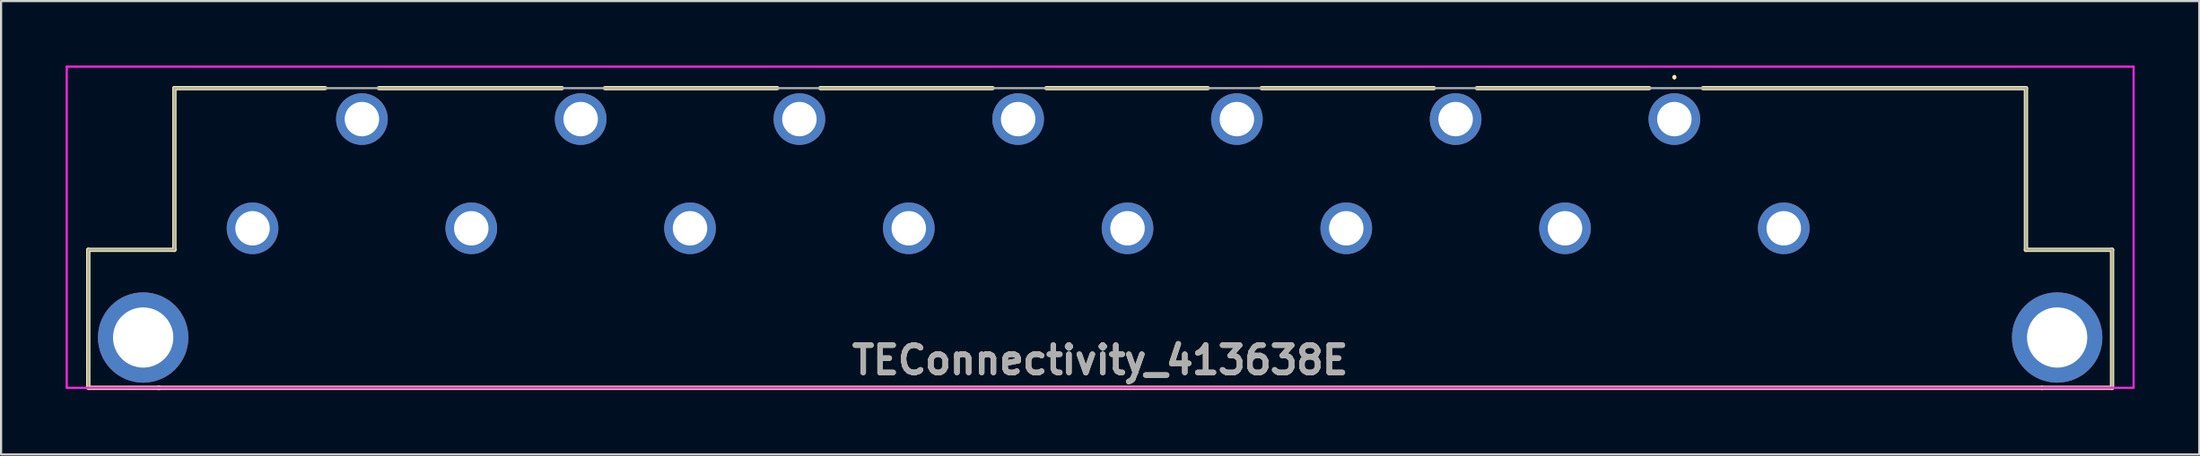
<source format=kicad_pcb>
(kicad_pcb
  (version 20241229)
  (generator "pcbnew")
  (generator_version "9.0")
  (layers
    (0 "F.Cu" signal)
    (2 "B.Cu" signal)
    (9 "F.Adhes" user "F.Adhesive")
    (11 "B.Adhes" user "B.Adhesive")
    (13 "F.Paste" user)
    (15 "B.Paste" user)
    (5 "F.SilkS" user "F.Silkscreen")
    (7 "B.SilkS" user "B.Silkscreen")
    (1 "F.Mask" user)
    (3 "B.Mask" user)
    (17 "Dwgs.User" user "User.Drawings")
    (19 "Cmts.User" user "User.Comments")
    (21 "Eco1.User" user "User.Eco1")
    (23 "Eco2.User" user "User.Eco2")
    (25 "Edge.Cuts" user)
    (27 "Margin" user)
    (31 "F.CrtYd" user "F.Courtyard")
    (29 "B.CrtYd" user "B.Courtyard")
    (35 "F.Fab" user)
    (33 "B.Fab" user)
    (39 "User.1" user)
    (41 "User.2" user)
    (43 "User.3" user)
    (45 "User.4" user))
  (footprint "TEConnectivity_413638E"
    (layer "F.Cu")
    (at 74.72 2.49)
    (property "Reference" "TEConnectivity_413638E" (at -26.67 11.21 0) (layer "F.SilkS") (effects (font (size 1.27 1.27) (thickness 0.254))))
    (attr through_hole)
    (fp_line (start -73.67 6.08) (end -69.67 6.08) (stroke (width 0.2) (type solid)) (layer "F.SilkS"))
    (fp_line (start -73.67 12.5) (end -73.67 6.08) (stroke (width 0.2) (type solid)) (layer "F.SilkS"))
    (fp_line (start -70.375 12.5) (end -73.625 12.5) (stroke (width 0.2) (type solid)) (layer "F.SilkS"))
    (fp_line (start -69.67 -1.44) (end -62.67 -1.44) (stroke (width 0.2) (type solid)) (layer "F.SilkS"))
    (fp_line (start -69.67 6.08) (end -69.67 -1.44) (stroke (width 0.2) (type solid)) (layer "F.SilkS"))
    (fp_line (start -60.17 -1.44) (end -51.67 -1.44) (stroke (width 0.2) (type solid)) (layer "F.SilkS"))
    (fp_line (start -49.67 -1.44) (end -41.67 -1.44) (stroke (width 0.2) (type solid)) (layer "F.SilkS"))
    (fp_line (start -39.67 -1.44) (end -31.67 -1.44) (stroke (width 0.2) (type solid)) (layer "F.SilkS"))
    (fp_line (start -29.17 -1.44) (end -21.67 -1.44) (stroke (width 0.2) (type solid)) (layer "F.SilkS"))
    (fp_line (start -19.17 -1.44) (end -11.17 -1.44) (stroke (width 0.2) (type solid)) (layer "F.SilkS"))
    (fp_line (start -9.17 -1.44) (end -1.17 -1.44) (stroke (width 0.2) (type solid)) (layer "F.SilkS"))
    (fp_line (start 0 -2) (end 0 -2) (stroke (width 0.1) (type solid)) (layer "F.SilkS"))
    (fp_line (start 0 -1.9) (end 0 -1.9) (stroke (width 0.1) (type solid)) (layer "F.SilkS"))
    (fp_line (start 1.33 -1.44) (end 16.33 -1.44) (stroke (width 0.2) (type solid)) (layer "F.SilkS"))
    (fp_line (start 16.33 -1.44) (end 16.33 6.08) (stroke (width 0.2) (type solid)) (layer "F.SilkS"))
    (fp_line (start 16.33 6.08) (end 20.33 6.08) (stroke (width 0.2) (type solid)) (layer "F.SilkS"))
    (fp_line (start 17.08 12.5) (end -70.42 12.5) (stroke (width 0.2) (type solid)) (layer "F.SilkS"))
    (fp_line (start 20.33 6.08) (end 20.33 12.5) (stroke (width 0.2) (type solid)) (layer "F.SilkS"))
    (fp_line (start 20.33 12.5) (end 17.08 12.5) (stroke (width 0.2) (type solid)) (layer "F.SilkS"))
    (fp_arc (start 0 -2) (mid 0.05 -1.95) (end 0 -1.9) (stroke (width 0.1) (type solid)) (layer "F.SilkS"))
    (fp_arc (start 0 -1.9) (mid -0.05 -1.95) (end 0 -2) (stroke (width 0.1) (type solid)) (layer "F.SilkS"))
    (fp_line (start -74.67 -2.44) (end 21.33 -2.44) (stroke (width 0.1) (type solid)) (layer "F.CrtYd"))
    (fp_line (start -74.67 12.5) (end -74.67 -2.44) (stroke (width 0.1) (type solid)) (layer "F.CrtYd"))
    (fp_line (start 21.33 -2.44) (end 21.33 12.5) (stroke (width 0.1) (type solid)) (layer "F.CrtYd"))
    (fp_line (start 21.33 12.5) (end -74.67 12.5) (stroke (width 0.1) (type solid)) (layer "F.CrtYd"))
    (fp_line (start -73.67 6.08) (end -69.67 6.08) (stroke (width 0.1) (type solid)) (layer "F.Fab"))
    (fp_line (start -73.67 12.5) (end -73.67 6.08) (stroke (width 0.1) (type solid)) (layer "F.Fab"))
    (fp_line (start -69.67 -1.44) (end 16.33 -1.44) (stroke (width 0.1) (type solid)) (layer "F.Fab"))
    (fp_line (start -69.67 6.08) (end -69.67 -1.44) (stroke (width 0.1) (type solid)) (layer "F.Fab"))
    (fp_line (start 16.33 -1.44) (end 16.33 6.08) (stroke (width 0.1) (type solid)) (layer "F.Fab"))
    (fp_line (start 16.33 6.08) (end 20.33 6.08) (stroke (width 0.1) (type solid)) (layer "F.Fab"))
    (fp_line (start 20.33 6.08) (end 20.33 12.5) (stroke (width 0.1) (type solid)) (layer "F.Fab"))
    (fp_line (start 20.33 12.5) (end -73.67 12.5) (stroke (width 0.1) (type solid)) (layer "F.Fab"))
    (fp_line (start 20.33 12.5) (end 17.08 12.5) (stroke (width 0.1) (type solid)) (layer "F.Fab"))
    (fp_text user "${REFERENCE}" (at -26.67 11.21 0) (layer "F.Fab") (effects (font (size 1.27 1.27) (thickness 0.254))))
    (pad "D6" thru_hole circle (at 0 0) (size 2.4 2.4) (drill 1.6) (layers "*.Cu" "*.Mask"))
    (pad "D10" thru_hole circle (at -10.16 0) (size 2.4 2.4) (drill 1.6) (layers "*.Cu" "*.Mask"))
    (pad "D14" thru_hole circle (at -20.32 0) (size 2.4 2.4) (drill 1.6) (layers "*.Cu" "*.Mask"))
    (pad "D18" thru_hole circle (at -30.48 0) (size 2.4 2.4) (drill 1.6) (layers "*.Cu" "*.Mask"))
    (pad "D22" thru_hole circle (at -40.64 0) (size 2.4 2.4) (drill 1.6) (layers "*.Cu" "*.Mask"))
    (pad "D26" thru_hole circle (at -50.8 0) (size 2.4 2.4) (drill 1.6) (layers "*.Cu" "*.Mask"))
    (pad "D30" thru_hole circle (at -60.96 0) (size 2.4 2.4) (drill 1.6) (layers "*.Cu" "*.Mask"))
    (pad "MH1" thru_hole circle (at 17.78 10.16) (size 4.2 4.2) (drill 2.8) (layers "*.Cu" "*.Mask"))
    (pad "MH2" thru_hole circle (at -71.12 10.16) (size 4.2 4.2) (drill 2.8) (layers "*.Cu" "*.Mask"))
    (pad "Z4" thru_hole circle (at 5.08 5.08) (size 2.4 2.4) (drill 1.6) (layers "*.Cu" "*.Mask"))
    (pad "Z8" thru_hole circle (at -5.08 5.08) (size 2.4 2.4) (drill 1.6) (layers "*.Cu" "*.Mask"))
    (pad "Z12" thru_hole circle (at -15.24 5.08) (size 2.4 2.4) (drill 1.6) (layers "*.Cu" "*.Mask"))
    (pad "Z16" thru_hole circle (at -25.4 5.08) (size 2.4 2.4) (drill 1.6) (layers "*.Cu" "*.Mask"))
    (pad "Z20" thru_hole circle (at -35.56 5.08) (size 2.4 2.4) (drill 1.6) (layers "*.Cu" "*.Mask"))
    (pad "Z24" thru_hole circle (at -45.72 5.08) (size 2.4 2.4) (drill 1.6) (layers "*.Cu" "*.Mask"))
    (pad "Z28" thru_hole circle (at -55.88 5.08) (size 2.4 2.4) (drill 1.6) (layers "*.Cu" "*.Mask"))
    (pad "Z32" thru_hole circle (at -66.04 5.08) (size 2.4 2.4) (drill 1.6) (layers "*.Cu" "*.Mask")))
  (gr_rect
    (start -3 -3)
    (end 99.1 18.09)
    (stroke (width 0.1) (type default))
    (fill no)
    (layer "Edge.Cuts")))
</source>
